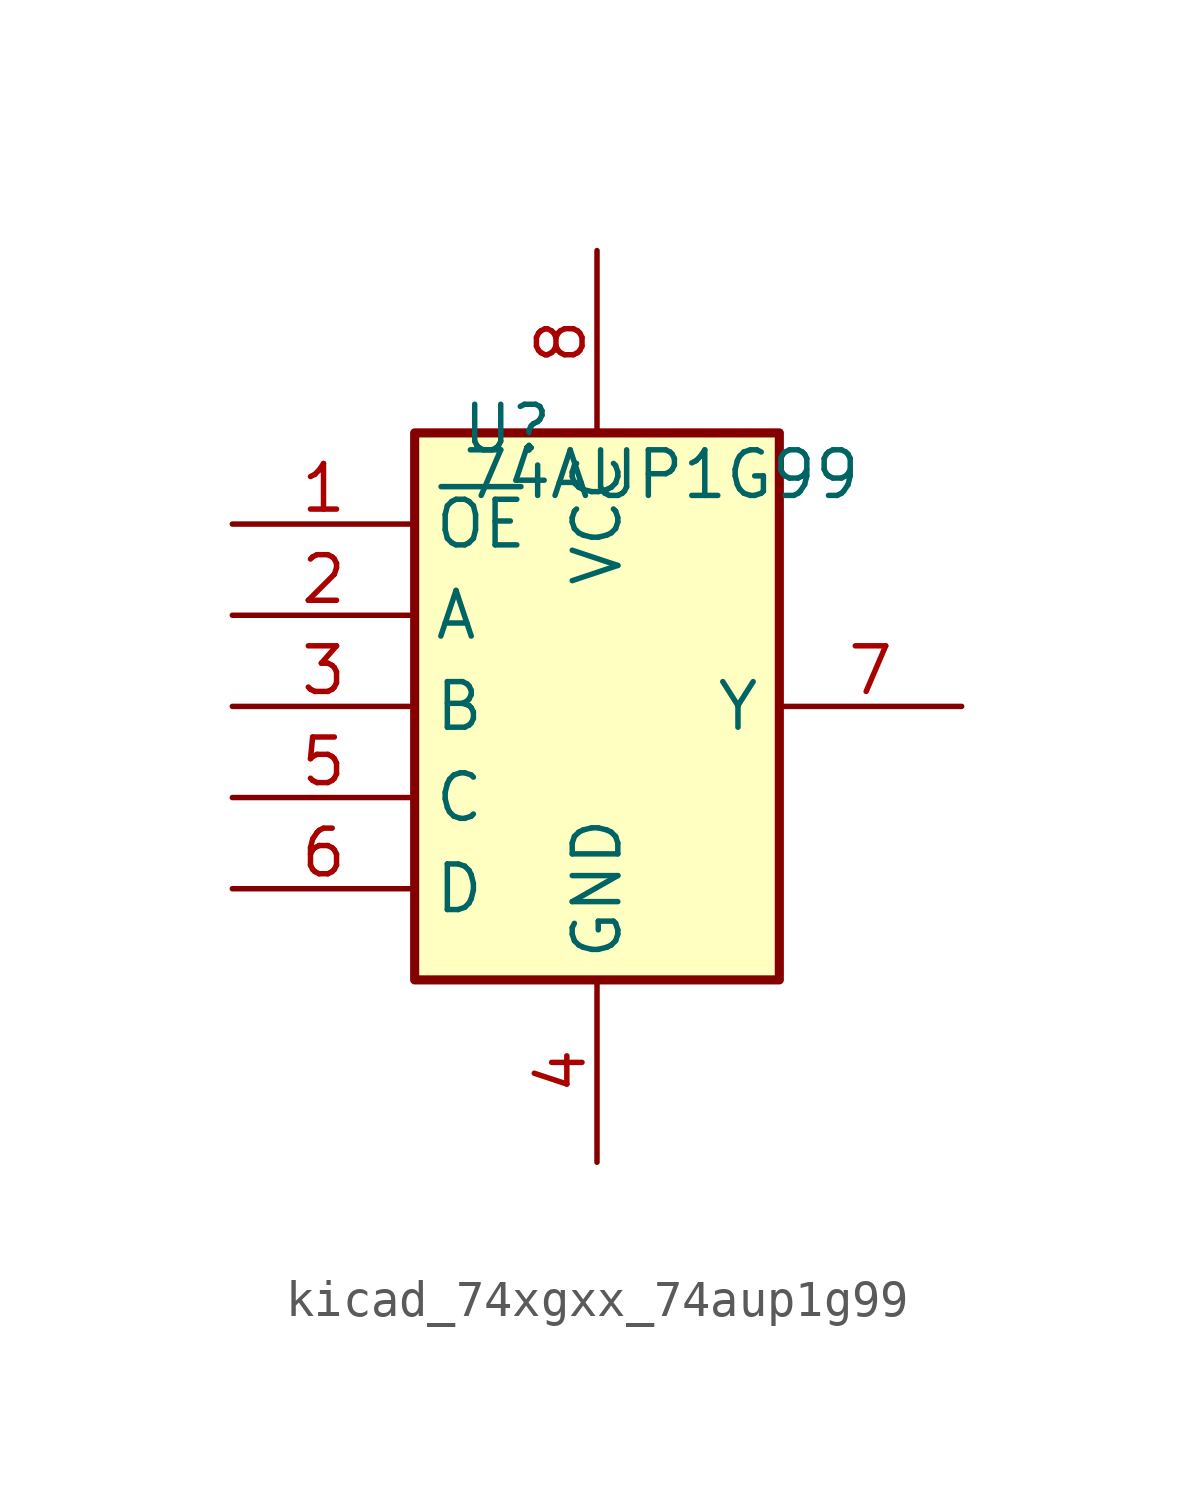
<source format=kicad_sym>
(kicad_symbol_lib
  (version 20220914)
  (generator kicad_symbol_editor)
  (symbol "kicad_74xgxx_74aup1g99"
    (property "Reference" "U"
      (at -3.81 6.985 0)
      (effects (font (size 1.27 1.27)) (justify left bottom)))
    (property "Value" "74AUP1G99"
      (at -3.81 5.715 0)
      (effects (font (size 1.27 1.27)) (justify left bottom)))
    (symbol "kicad_74xgxx_74aup1g99_0_1"
      (rectangle (start -5.08 7.62) (end 5.08 -7.62) (stroke (width 0.254) (type default)) (fill (type background))))
    (symbol "kicad_74xgxx_74aup1g99_1_1"
      (pin input line (at -10.16 5.08 0) (length 5.08) (name "~{OE}" (effects (font (size 1.27 1.27)))) (number "1" (effects (font (size 1.27 1.27)))))
      (pin input line (at -10.16 2.54 0) (length 5.08) (name "A" (effects (font (size 1.27 1.27)))) (number "2" (effects (font (size 1.27 1.27)))))
      (pin input line (at -10.16 0 0) (length 5.08) (name "B" (effects (font (size 1.27 1.27)))) (number "3" (effects (font (size 1.27 1.27)))))
      (pin power_in line (at 0 -12.7 90) (length 5.08) (name "GND" (effects (font (size 1.27 1.27)))) (number "4" (effects (font (size 1.27 1.27)))))
      (pin input line (at -10.16 -2.54 0) (length 5.08) (name "C" (effects (font (size 1.27 1.27)))) (number "5" (effects (font (size 1.27 1.27)))))
      (pin input line (at -10.16 -5.08 0) (length 5.08) (name "D" (effects (font (size 1.27 1.27)))) (number "6" (effects (font (size 1.27 1.27)))))
      (pin output line (at 10.16 0 180) (length 5.08) (name "Y" (effects (font (size 1.27 1.27)))) (number "7" (effects (font (size 1.27 1.27)))))
      (pin power_in line (at 0 12.7 270) (length 5.08) (name "VCC" (effects (font (size 1.27 1.27)))) (number "8" (effects (font (size 1.27 1.27))))))))
</source>
